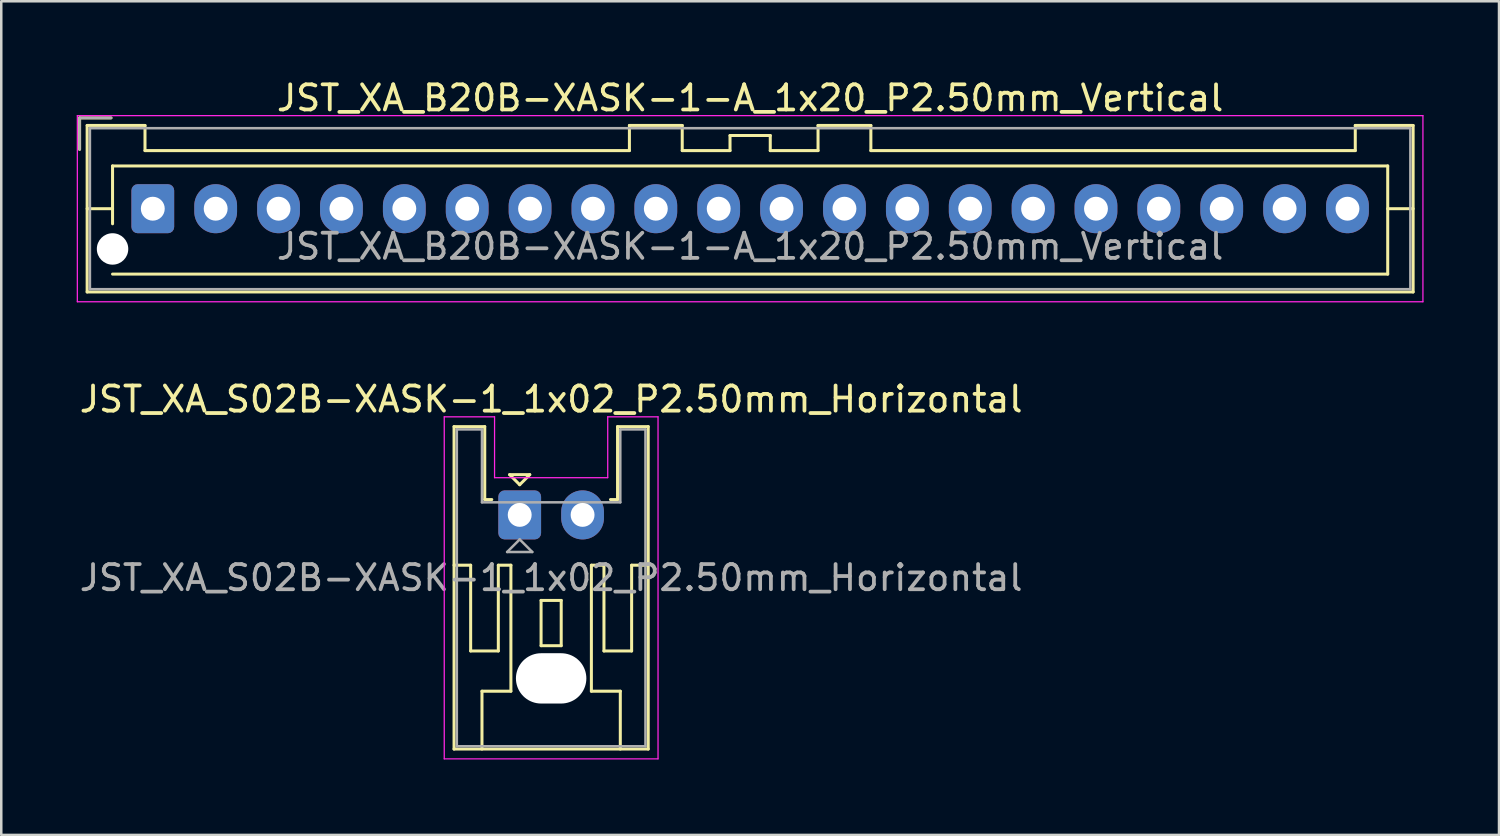
<source format=kicad_pcb>
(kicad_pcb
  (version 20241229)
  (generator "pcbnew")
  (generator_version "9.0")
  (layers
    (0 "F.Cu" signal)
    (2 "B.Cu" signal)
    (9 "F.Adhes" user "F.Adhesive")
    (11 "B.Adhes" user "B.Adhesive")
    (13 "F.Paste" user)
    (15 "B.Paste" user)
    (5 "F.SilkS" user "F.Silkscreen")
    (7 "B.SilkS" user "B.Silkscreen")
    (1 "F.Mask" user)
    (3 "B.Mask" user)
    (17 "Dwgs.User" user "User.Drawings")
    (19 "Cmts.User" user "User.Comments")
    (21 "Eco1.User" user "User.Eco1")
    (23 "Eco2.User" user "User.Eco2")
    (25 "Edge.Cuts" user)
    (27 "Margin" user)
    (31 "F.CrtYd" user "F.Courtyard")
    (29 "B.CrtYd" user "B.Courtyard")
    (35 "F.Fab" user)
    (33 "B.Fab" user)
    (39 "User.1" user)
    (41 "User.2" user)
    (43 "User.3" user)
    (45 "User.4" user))
  (footprint "JST_XA_B20B-XASK-1-A_1x20_P2.50mm_Vertical"
    (layer "F.Cu")
    (at 3.025 5.248)
    (property "Reference" "JST_XA_B20B-XASK-1-A_1x20_P2.50mm_Vertical" (at 23.75 -4.4 0) (layer "F.SilkS") (effects (font (size 1 1) (thickness 0.15))))
    (attr through_hole)
    (fp_line (start -2.91 -3.61) (end -2.91 -2.36) (stroke (width 0.12) (type solid)) (layer "F.SilkS"))
    (fp_line (start -2.61 -3.31) (end -2.61 3.31) (stroke (width 0.12) (type solid)) (layer "F.SilkS"))
    (fp_line (start -2.61 0) (end -1.6 0) (stroke (width 0.12) (type solid)) (layer "F.SilkS"))
    (fp_line (start -2.61 3.31) (end 50.11 3.31) (stroke (width 0.12) (type solid)) (layer "F.SilkS"))
    (fp_line (start -1.66 -3.61) (end -2.91 -3.61) (stroke (width 0.12) (type solid)) (layer "F.SilkS"))
    (fp_line (start -1.6 -1.7) (end 49.1 -1.7) (stroke (width 0.12) (type solid)) (layer "F.SilkS"))
    (fp_line (start -1.6 0.6) (end -1.6 -1.7) (stroke (width 0.12) (type solid)) (layer "F.SilkS"))
    (fp_line (start -0.31 -3.31) (end -2.61 -3.31) (stroke (width 0.12) (type solid)) (layer "F.SilkS"))
    (fp_line (start -0.31 -2.31) (end -0.31 -3.31) (stroke (width 0.12) (type solid)) (layer "F.SilkS"))
    (fp_line (start 18.95 -3.31) (end 18.95 -2.31) (stroke (width 0.12) (type solid)) (layer "F.SilkS"))
    (fp_line (start 18.95 -2.31) (end -0.31 -2.31) (stroke (width 0.12) (type solid)) (layer "F.SilkS"))
    (fp_line (start 21.05 -3.31) (end 18.95 -3.31) (stroke (width 0.12) (type solid)) (layer "F.SilkS"))
    (fp_line (start 21.05 -2.31) (end 21.05 -3.31) (stroke (width 0.12) (type solid)) (layer "F.SilkS"))
    (fp_line (start 22.95 -2.91) (end 22.95 -2.31) (stroke (width 0.12) (type solid)) (layer "F.SilkS"))
    (fp_line (start 22.95 -2.31) (end 21.05 -2.31) (stroke (width 0.12) (type solid)) (layer "F.SilkS"))
    (fp_line (start 24.55 -2.91) (end 22.95 -2.91) (stroke (width 0.12) (type solid)) (layer "F.SilkS"))
    (fp_line (start 24.55 -2.31) (end 24.55 -2.91) (stroke (width 0.12) (type solid)) (layer "F.SilkS"))
    (fp_line (start 26.45 -3.31) (end 26.45 -2.31) (stroke (width 0.12) (type solid)) (layer "F.SilkS"))
    (fp_line (start 26.45 -2.31) (end 24.55 -2.31) (stroke (width 0.12) (type solid)) (layer "F.SilkS"))
    (fp_line (start 28.55 -3.31) (end 26.45 -3.31) (stroke (width 0.12) (type solid)) (layer "F.SilkS"))
    (fp_line (start 28.55 -2.31) (end 28.55 -3.31) (stroke (width 0.12) (type solid)) (layer "F.SilkS"))
    (fp_line (start 47.81 -3.31) (end 47.81 -2.31) (stroke (width 0.12) (type solid)) (layer "F.SilkS"))
    (fp_line (start 47.81 -2.31) (end 28.55 -2.31) (stroke (width 0.12) (type solid)) (layer "F.SilkS"))
    (fp_line (start 49.1 -1.7) (end 49.1 2.6) (stroke (width 0.12) (type solid)) (layer "F.SilkS"))
    (fp_line (start 49.1 2.6) (end -1.6 2.6) (stroke (width 0.12) (type solid)) (layer "F.SilkS"))
    (fp_line (start 50.11 -3.31) (end 47.81 -3.31) (stroke (width 0.12) (type solid)) (layer "F.SilkS"))
    (fp_line (start 50.11 0) (end 49.1 0) (stroke (width 0.12) (type solid)) (layer "F.SilkS"))
    (fp_line (start 50.11 3.31) (end 50.11 -3.31) (stroke (width 0.12) (type solid)) (layer "F.SilkS"))
    (fp_line (start -3 -3.7) (end -3 3.7) (stroke (width 0.05) (type solid)) (layer "F.CrtYd"))
    (fp_line (start -3 3.7) (end 50.5 3.7) (stroke (width 0.05) (type solid)) (layer "F.CrtYd"))
    (fp_line (start 50.5 -3.7) (end -3 -3.7) (stroke (width 0.05) (type solid)) (layer "F.CrtYd"))
    (fp_line (start 50.5 3.7) (end 50.5 -3.7) (stroke (width 0.05) (type solid)) (layer "F.CrtYd"))
    (fp_line (start -2.91 -3.61) (end -2.91 -2.36) (stroke (width 0.1) (type solid)) (layer "F.Fab"))
    (fp_line (start -2.5 -3.2) (end -2.5 3.2) (stroke (width 0.1) (type solid)) (layer "F.Fab"))
    (fp_line (start -2.5 3.2) (end 50 3.2) (stroke (width 0.1) (type solid)) (layer "F.Fab"))
    (fp_line (start -1.66 -3.61) (end -2.91 -3.61) (stroke (width 0.1) (type solid)) (layer "F.Fab"))
    (fp_line (start 50 -3.2) (end -2.5 -3.2) (stroke (width 0.1) (type solid)) (layer "F.Fab"))
    (fp_line (start 50 3.2) (end 50 -3.2) (stroke (width 0.1) (type solid)) (layer "F.Fab"))
    (fp_text user "${REFERENCE}" (at 23.75 1.5 0) (layer "F.Fab") (effects (font (size 1 1) (thickness 0.15))))
    (pad "" np_thru_hole circle (at -1.6 1.6) (size 1.25 1.25) (drill 1.25) (layers "*.Cu" "*.Mask"))
    (pad "1" thru_hole roundrect (at 0 0) (size 1.7 1.95) (drill 0.95) (layers "*.Cu" "*.Mask") (roundrect_rratio 0.147))
    (pad "2" thru_hole oval (at 2.5 0) (size 1.7 1.95) (drill 0.95) (layers "*.Cu" "*.Mask"))
    (pad "3" thru_hole oval (at 5 0) (size 1.7 1.95) (drill 0.95) (layers "*.Cu" "*.Mask"))
    (pad "4" thru_hole oval (at 7.5 0) (size 1.7 1.95) (drill 0.95) (layers "*.Cu" "*.Mask"))
    (pad "5" thru_hole oval (at 10 0) (size 1.7 1.95) (drill 0.95) (layers "*.Cu" "*.Mask"))
    (pad "6" thru_hole oval (at 12.5 0) (size 1.7 1.95) (drill 0.95) (layers "*.Cu" "*.Mask"))
    (pad "7" thru_hole oval (at 15 0) (size 1.7 1.95) (drill 0.95) (layers "*.Cu" "*.Mask"))
    (pad "8" thru_hole oval (at 17.5 0) (size 1.7 1.95) (drill 0.95) (layers "*.Cu" "*.Mask"))
    (pad "9" thru_hole oval (at 20 0) (size 1.7 1.95) (drill 0.95) (layers "*.Cu" "*.Mask"))
    (pad "10" thru_hole oval (at 22.5 0) (size 1.7 1.95) (drill 0.95) (layers "*.Cu" "*.Mask"))
    (pad "11" thru_hole oval (at 25 0) (size 1.7 1.95) (drill 0.95) (layers "*.Cu" "*.Mask"))
    (pad "12" thru_hole oval (at 27.5 0) (size 1.7 1.95) (drill 0.95) (layers "*.Cu" "*.Mask"))
    (pad "13" thru_hole oval (at 30 0) (size 1.7 1.95) (drill 0.95) (layers "*.Cu" "*.Mask"))
    (pad "14" thru_hole oval (at 32.5 0) (size 1.7 1.95) (drill 0.95) (layers "*.Cu" "*.Mask"))
    (pad "15" thru_hole oval (at 35 0) (size 1.7 1.95) (drill 0.95) (layers "*.Cu" "*.Mask"))
    (pad "16" thru_hole oval (at 37.5 0) (size 1.7 1.95) (drill 0.95) (layers "*.Cu" "*.Mask"))
    (pad "17" thru_hole oval (at 40 0) (size 1.7 1.95) (drill 0.95) (layers "*.Cu" "*.Mask"))
    (pad "18" thru_hole oval (at 42.5 0) (size 1.7 1.95) (drill 0.95) (layers "*.Cu" "*.Mask"))
    (pad "19" thru_hole oval (at 45 0) (size 1.7 1.95) (drill 0.95) (layers "*.Cu" "*.Mask"))
    (pad "20" thru_hole oval (at 47.5 0) (size 1.7 1.95) (drill 0.95) (layers "*.Cu" "*.Mask")))
  (footprint "JST_XA_S02B-XASK-1_1x02_P2.50mm_Horizontal"
    (layer "F.Cu")
    (at 17.613 17.422)
    (property "Reference" "JST_XA_S02B-XASK-1_1x02_P2.50mm_Horizontal" (at 1.25 -4.6 0) (layer "F.SilkS") (effects (font (size 1 1) (thickness 0.15))))
    (attr through_hole)
    (fp_line (start -2.61 -3.51) (end -2.61 9.31) (stroke (width 0.12) (type solid)) (layer "F.SilkS"))
    (fp_line (start -2.61 9.31) (end 5.11 9.31) (stroke (width 0.12) (type solid)) (layer "F.SilkS"))
    (fp_line (start -1.95 2) (end -2.61 2) (stroke (width 0.12) (type solid)) (layer "F.SilkS"))
    (fp_line (start -1.95 5.41) (end -1.95 2) (stroke (width 0.12) (type solid)) (layer "F.SilkS"))
    (fp_line (start -1.5 7.01) (end -0.35 7.01) (stroke (width 0.12) (type solid)) (layer "F.SilkS"))
    (fp_line (start -1.5 9.31) (end -1.5 7.01) (stroke (width 0.12) (type solid)) (layer "F.SilkS"))
    (fp_line (start -1.39 -3.51) (end -2.61 -3.51) (stroke (width 0.12) (type solid)) (layer "F.SilkS"))
    (fp_line (start -1.39 -0.61) (end -1.39 -3.51) (stroke (width 0.12) (type solid)) (layer "F.SilkS"))
    (fp_line (start -1.11 -0.61) (end -1.39 -0.61) (stroke (width 0.12) (type solid)) (layer "F.SilkS"))
    (fp_line (start -0.85 2) (end -0.85 5.41) (stroke (width 0.12) (type solid)) (layer "F.SilkS"))
    (fp_line (start -0.85 5.41) (end -1.95 5.41) (stroke (width 0.12) (type solid)) (layer "F.SilkS"))
    (fp_line (start -0.4 -1.6) (end 0.4 -1.6) (stroke (width 0.12) (type solid)) (layer "F.SilkS"))
    (fp_line (start -0.35 2) (end -0.85 2) (stroke (width 0.12) (type solid)) (layer "F.SilkS"))
    (fp_line (start -0.35 7.01) (end -0.35 2) (stroke (width 0.12) (type solid)) (layer "F.SilkS"))
    (fp_line (start 0 -1.2) (end -0.4 -1.6) (stroke (width 0.12) (type solid)) (layer "F.SilkS"))
    (fp_line (start 0.4 -1.6) (end 0 -1.2) (stroke (width 0.12) (type solid)) (layer "F.SilkS"))
    (fp_line (start 0.85 3.4) (end 1.65 3.4) (stroke (width 0.12) (type solid)) (layer "F.SilkS"))
    (fp_line (start 0.85 5.2) (end 0.85 3.4) (stroke (width 0.12) (type solid)) (layer "F.SilkS"))
    (fp_line (start 1.65 3.4) (end 1.65 5.2) (stroke (width 0.12) (type solid)) (layer "F.SilkS"))
    (fp_line (start 1.65 5.2) (end 0.85 5.2) (stroke (width 0.12) (type solid)) (layer "F.SilkS"))
    (fp_line (start 2.85 2) (end 3.35 2) (stroke (width 0.12) (type solid)) (layer "F.SilkS"))
    (fp_line (start 2.85 7.01) (end 2.85 2) (stroke (width 0.12) (type solid)) (layer "F.SilkS"))
    (fp_line (start 2.85 7.01) (end 4 7.01) (stroke (width 0.12) (type solid)) (layer "F.SilkS"))
    (fp_line (start 3.35 2) (end 3.35 5.41) (stroke (width 0.12) (type solid)) (layer "F.SilkS"))
    (fp_line (start 3.35 5.41) (end 4.45 5.41) (stroke (width 0.12) (type solid)) (layer "F.SilkS"))
    (fp_line (start 3.89 -3.51) (end 3.89 -0.61) (stroke (width 0.12) (type solid)) (layer "F.SilkS"))
    (fp_line (start 3.89 -0.61) (end 3.61 -0.61) (stroke (width 0.12) (type solid)) (layer "F.SilkS"))
    (fp_line (start 4 7.01) (end 4 9.31) (stroke (width 0.12) (type solid)) (layer "F.SilkS"))
    (fp_line (start 4.45 2) (end 5.11 2) (stroke (width 0.12) (type solid)) (layer "F.SilkS"))
    (fp_line (start 4.45 5.41) (end 4.45 2) (stroke (width 0.12) (type solid)) (layer "F.SilkS"))
    (fp_line (start 5.11 -3.51) (end 3.89 -3.51) (stroke (width 0.12) (type solid)) (layer "F.SilkS"))
    (fp_line (start 5.11 9.31) (end 5.11 -3.51) (stroke (width 0.12) (type solid)) (layer "F.SilkS"))
    (fp_line (start -3 -3.9) (end -3 9.7) (stroke (width 0.05) (type solid)) (layer "F.CrtYd"))
    (fp_line (start -3 9.7) (end 5.5 9.7) (stroke (width 0.05) (type solid)) (layer "F.CrtYd"))
    (fp_line (start -1 -3.9) (end -3 -3.9) (stroke (width 0.05) (type solid)) (layer "F.CrtYd"))
    (fp_line (start -1 -1.48) (end -1 -3.9) (stroke (width 0.05) (type solid)) (layer "F.CrtYd"))
    (fp_line (start 3.5 -3.9) (end 3.5 -1.48) (stroke (width 0.05) (type solid)) (layer "F.CrtYd"))
    (fp_line (start 3.5 -1.48) (end -1 -1.48) (stroke (width 0.05) (type solid)) (layer "F.CrtYd"))
    (fp_line (start 5.5 -3.9) (end 3.5 -3.9) (stroke (width 0.05) (type solid)) (layer "F.CrtYd"))
    (fp_line (start 5.5 9.7) (end 5.5 -3.9) (stroke (width 0.05) (type solid)) (layer "F.CrtYd"))
    (fp_line (start -2.5 -3.4) (end -2.5 9.2) (stroke (width 0.1) (type solid)) (layer "F.Fab"))
    (fp_line (start -2.5 9.2) (end 5 9.2) (stroke (width 0.1) (type solid)) (layer "F.Fab"))
    (fp_line (start -1.5 -3.4) (end -2.5 -3.4) (stroke (width 0.1) (type solid)) (layer "F.Fab"))
    (fp_line (start -1.5 -0.5) (end -1.5 -3.4) (stroke (width 0.1) (type solid)) (layer "F.Fab"))
    (fp_line (start -0.5 1.475) (end 0.5 1.475) (stroke (width 0.1) (type solid)) (layer "F.Fab"))
    (fp_line (start 0 0.975) (end -0.5 1.475) (stroke (width 0.1) (type solid)) (layer "F.Fab"))
    (fp_line (start 0.5 1.475) (end 0 0.975) (stroke (width 0.1) (type solid)) (layer "F.Fab"))
    (fp_line (start 4 -3.4) (end 4 -0.5) (stroke (width 0.1) (type solid)) (layer "F.Fab"))
    (fp_line (start 4 -0.5) (end -1.5 -0.5) (stroke (width 0.1) (type solid)) (layer "F.Fab"))
    (fp_line (start 5 -3.4) (end 4 -3.4) (stroke (width 0.1) (type solid)) (layer "F.Fab"))
    (fp_line (start 5 9.2) (end 5 -3.4) (stroke (width 0.1) (type solid)) (layer "F.Fab"))
    (fp_text user "${REFERENCE}" (at 1.25 2.5 0) (layer "F.Fab") (effects (font (size 1 1) (thickness 0.15))))
    (pad "" np_thru_hole oval (at 1.25 6.5) (size 2.8 2) (drill oval 2.8 2) (layers "*.Cu" "*.Mask"))
    (pad "1" thru_hole roundrect (at 0 0) (size 1.7 1.95) (drill 0.95) (layers "*.Cu" "*.Mask") (roundrect_rratio 0.147))
    (pad "2" thru_hole oval (at 2.5 0) (size 1.7 1.95) (drill 0.95) (layers "*.Cu" "*.Mask")))
  (gr_rect
    (start -3 -3)
    (end 56.55 30.146)
    (stroke (width 0.1) (type default))
    (fill no)
    (layer "Edge.Cuts")))
</source>
